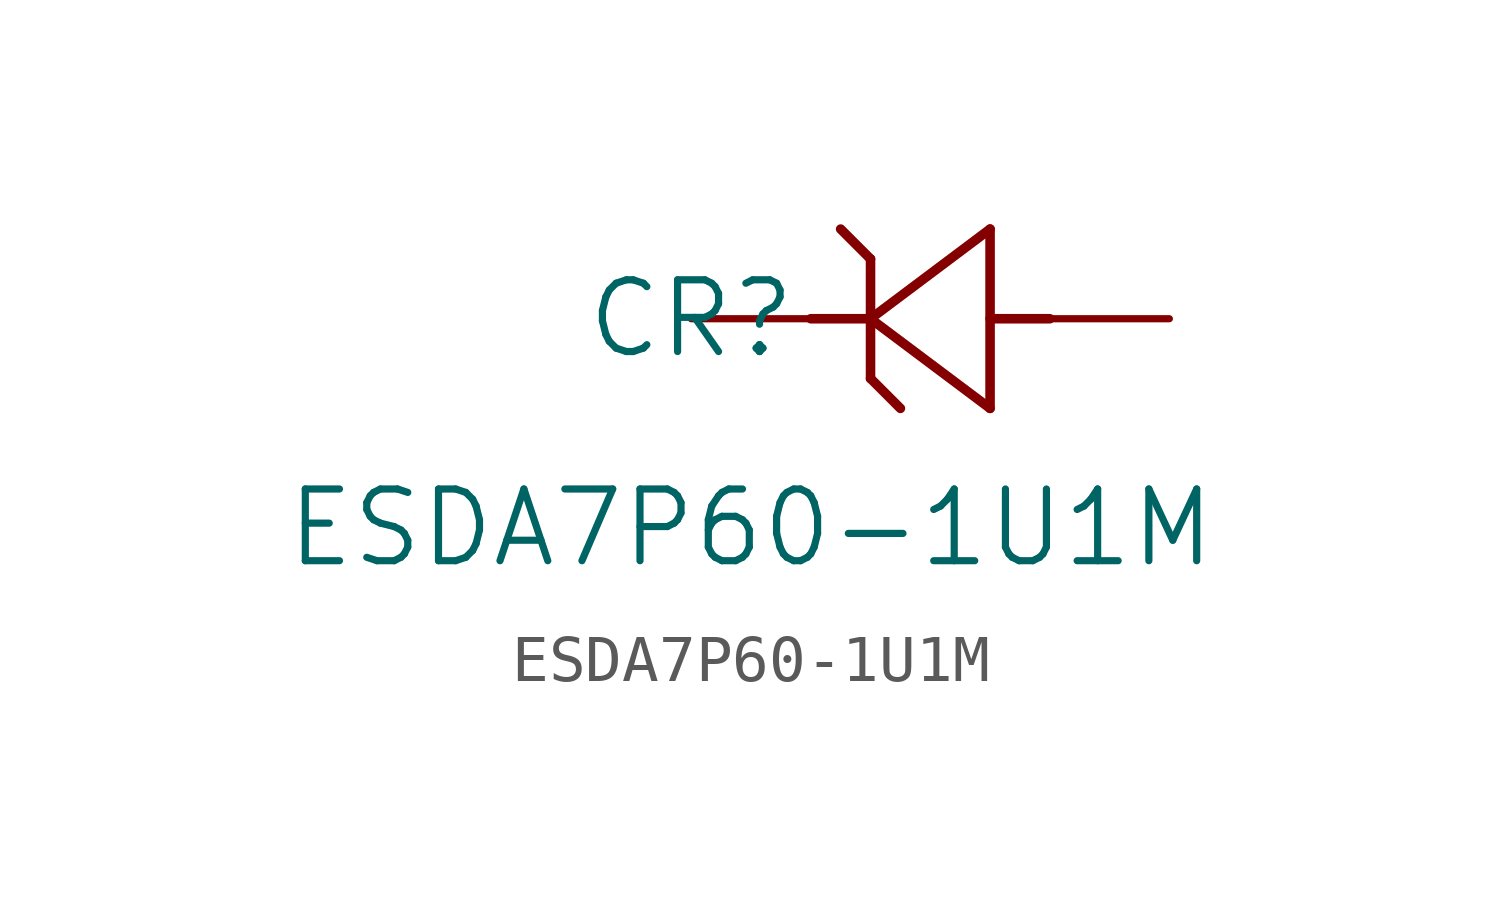
<source format=kicad_sym>
(kicad_symbol_lib
  (version 20211014)
  (generator kicad_symbol_editor)
  (symbol "ESDA7P60-1U1M"
    (pin_numbers hide)
    (pin_names
      (offset 1.651) hide)
    (property "Reference" "CR"
      (at 0 0 0)
      (effects (font (size 1.524 1.524))))
    (property "Value" "ESDA7P60-1U1M"
      (at 1.27 -4.445 0)
      (effects (font (size 1.524 1.524))))
    (property "Datasheet" ""
      (at 0 0 0)
      (effects (font (size 1.524 1.524))))
    (property "ki_locked" ""
      (at 0 0 0)
      (effects (font (size 1.27 1.27))))
    (symbol "ESDA7P60-1U1M_1_1"
      (polyline (pts (xy 2.54 0) (xy 3.81 0)) (stroke (width 0.203) (type default) (color 0 0 0 0)) (fill (type none)))
      (polyline (pts (xy 3.175 1.905) (xy 3.81 1.27)) (stroke (width 0.203) (type default) (color 0 0 0 0)) (fill (type none)))
      (polyline (pts (xy 3.81 -1.27) (xy 4.445 -1.905)) (stroke (width 0.203) (type default) (color 0 0 0 0)) (fill (type none)))
      (polyline (pts (xy 3.81 0) (xy 6.35 -1.905)) (stroke (width 0.203) (type default) (color 0 0 0 0)) (fill (type none)))
      (polyline (pts (xy 3.81 1.27) (xy 3.81 -1.27)) (stroke (width 0.203) (type default) (color 0 0 0 0)) (fill (type none)))
      (polyline (pts (xy 6.35 -1.905) (xy 6.35 1.905)) (stroke (width 0.203) (type default) (color 0 0 0 0)) (fill (type none)))
      (polyline (pts (xy 6.35 1.905) (xy 3.81 0)) (stroke (width 0.203) (type default) (color 0 0 0 0)) (fill (type none)))
      (polyline (pts (xy 7.62 0) (xy 6.35 0)) (stroke (width 0.203) (type default) (color 0 0 0 0)) (fill (type none)))
      (pin passive line (at 0 0 0) (length 2.54) (name "~" (effects (font (size 1.499 1.499)))) (number "1" (effects (font (size 1.499 1.499)))))
      (pin passive line (at 10.16 0 180) (length 2.54) (name "~" (effects (font (size 1.499 1.499)))) (number "2" (effects (font (size 1.499 1.499))))))))
</source>
